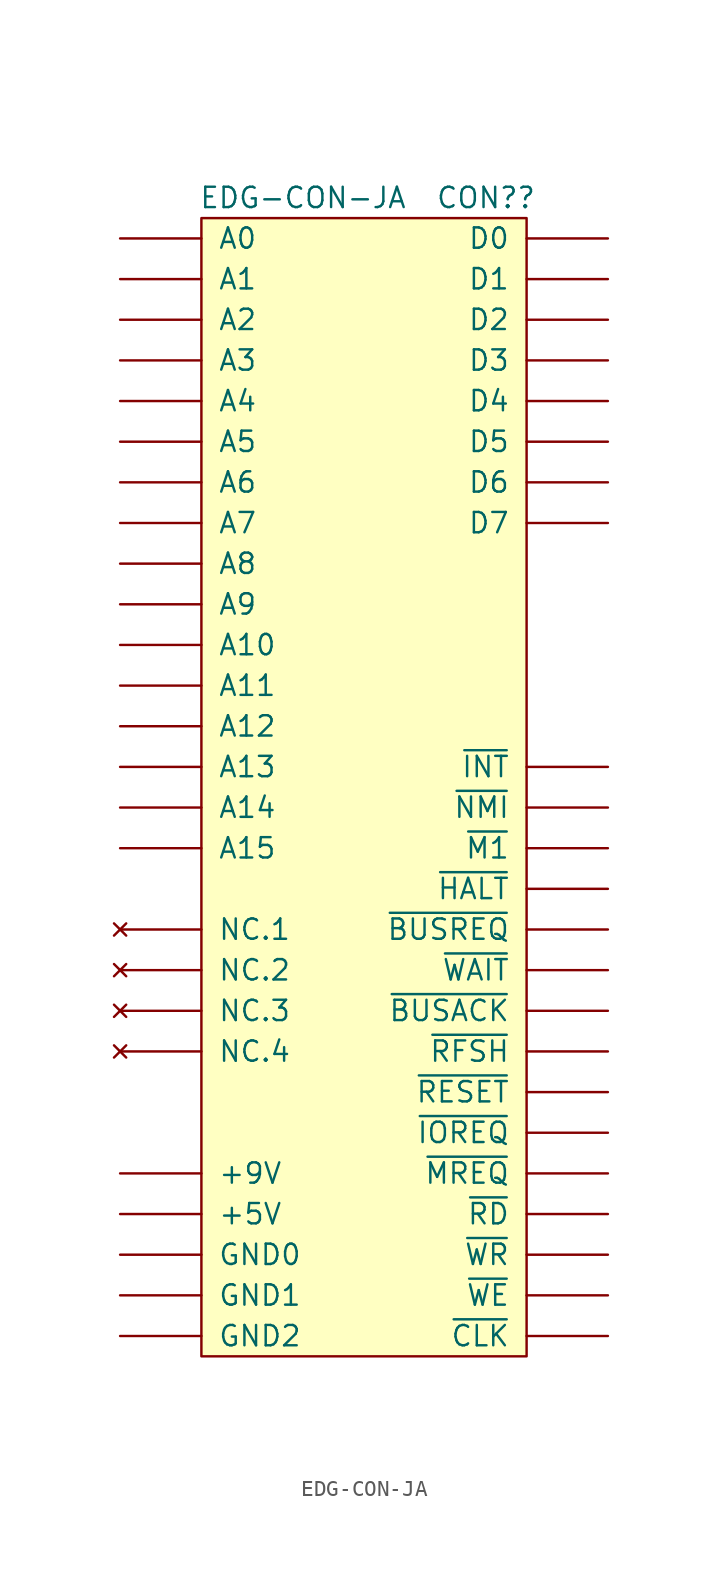
<source format=kicad_sym>
(kicad_symbol_lib
  (version 20211014)
  (generator kicad_symbol_editor)
  (symbol "EDG-CON-JA"
    (pin_names
      (offset 1.016))
    (property "Reference" "CON?"
      (at 7.62 35.56 0)
      (effects (font (size 1.27 1.27))))
    (property "Value" "EDG-CON-JA"
      (at -3.81 35.56 0)
      (effects (font (size 1.27 1.27))))
    (symbol "EDG-CON-JA_0_0"
      (pin power_in line (at -15.24 -30.48 0) (length 5.08) (name "GND0" (effects (font (size 1.27 1.27)))) (number "GND0" (effects (font (size 0 0))))))
    (symbol "EDG-CON-JA_1_0"
      (rectangle (start -10.16 34.29) (end 10.16 -36.83) (stroke (width 0) (type default) (color 0 0 0 0)) (fill (type background)))
      (pin power_in line (at -15.24 -27.94 0) (length 5.08) (name "+5V" (effects (font (size 1.27 1.27)))) (number "+5V" (effects (font (size 0 0)))))
      (pin power_in line (at -15.24 -25.4 0) (length 5.08) (name "+9V" (effects (font (size 1.27 1.27)))) (number "+9V" (effects (font (size 0 0)))))
      (pin bidirectional line (at -15.24 33.02 0) (length 5.08) (name "A0" (effects (font (size 1.27 1.27)))) (number "A0" (effects (font (size 0 0)))))
      (pin bidirectional line (at -15.24 30.48 0) (length 5.08) (name "A1" (effects (font (size 1.27 1.27)))) (number "A1" (effects (font (size 0 0)))))
      (pin bidirectional line (at -15.24 7.62 0) (length 5.08) (name "A10" (effects (font (size 1.27 1.27)))) (number "A10" (effects (font (size 0 0)))))
      (pin bidirectional line (at -15.24 5.08 0) (length 5.08) (name "A11" (effects (font (size 1.27 1.27)))) (number "A11" (effects (font (size 0 0)))))
      (pin bidirectional line (at -15.24 2.54 0) (length 5.08) (name "A12" (effects (font (size 1.27 1.27)))) (number "A12" (effects (font (size 0 0)))))
      (pin bidirectional line (at -15.24 0 0) (length 5.08) (name "A13" (effects (font (size 1.27 1.27)))) (number "A13" (effects (font (size 0 0)))))
      (pin bidirectional line (at -15.24 -2.54 0) (length 5.08) (name "A14" (effects (font (size 1.27 1.27)))) (number "A14" (effects (font (size 0 0)))))
      (pin bidirectional line (at -15.24 -5.08 0) (length 5.08) (name "A15" (effects (font (size 1.27 1.27)))) (number "A15" (effects (font (size 0 0)))))
      (pin bidirectional line (at -15.24 27.94 0) (length 5.08) (name "A2" (effects (font (size 1.27 1.27)))) (number "A2" (effects (font (size 0 0)))))
      (pin bidirectional line (at -15.24 25.4 0) (length 5.08) (name "A3" (effects (font (size 1.27 1.27)))) (number "A3" (effects (font (size 0 0)))))
      (pin bidirectional line (at -15.24 22.86 0) (length 5.08) (name "A4" (effects (font (size 1.27 1.27)))) (number "A4" (effects (font (size 0 0)))))
      (pin bidirectional line (at -15.24 20.32 0) (length 5.08) (name "A5" (effects (font (size 1.27 1.27)))) (number "A5" (effects (font (size 0 0)))))
      (pin bidirectional line (at -15.24 17.78 0) (length 5.08) (name "A6" (effects (font (size 1.27 1.27)))) (number "A6" (effects (font (size 0 0)))))
      (pin bidirectional line (at -15.24 15.24 0) (length 5.08) (name "A7" (effects (font (size 1.27 1.27)))) (number "A7" (effects (font (size 0 0)))))
      (pin bidirectional line (at -15.24 12.7 0) (length 5.08) (name "A8" (effects (font (size 1.27 1.27)))) (number "A8" (effects (font (size 0 0)))))
      (pin bidirectional line (at -15.24 10.16 0) (length 5.08) (name "A9" (effects (font (size 1.27 1.27)))) (number "A9" (effects (font (size 0 0)))))
      (pin bidirectional line (at 15.24 33.02 180) (length 5.08) (name "D0" (effects (font (size 1.27 1.27)))) (number "D0" (effects (font (size 0 0)))))
      (pin bidirectional line (at 15.24 30.48 180) (length 5.08) (name "D1" (effects (font (size 1.27 1.27)))) (number "D1" (effects (font (size 0 0)))))
      (pin bidirectional line (at 15.24 27.94 180) (length 5.08) (name "D2" (effects (font (size 1.27 1.27)))) (number "D2" (effects (font (size 0 0)))))
      (pin bidirectional line (at 15.24 25.4 180) (length 5.08) (name "D3" (effects (font (size 1.27 1.27)))) (number "D3" (effects (font (size 0 0)))))
      (pin bidirectional line (at 15.24 22.86 180) (length 5.08) (name "D4" (effects (font (size 1.27 1.27)))) (number "D4" (effects (font (size 0 0)))))
      (pin bidirectional line (at 15.24 20.32 180) (length 5.08) (name "D5" (effects (font (size 1.27 1.27)))) (number "D5" (effects (font (size 0 0)))))
      (pin bidirectional line (at 15.24 17.78 180) (length 5.08) (name "D6" (effects (font (size 1.27 1.27)))) (number "D6" (effects (font (size 0 0)))))
      (pin bidirectional line (at 15.24 15.24 180) (length 5.08) (name "D7" (effects (font (size 1.27 1.27)))) (number "D7" (effects (font (size 0 0)))))
      (pin power_in line (at -15.24 -33.02 0) (length 5.08) (name "GND1" (effects (font (size 1.27 1.27)))) (number "GND1" (effects (font (size 0 0)))))
      (pin power_in line (at -15.24 -35.56 0) (length 5.08) (name "GND2" (effects (font (size 1.27 1.27)))) (number "GND2" (effects (font (size 0 0)))))
      (pin no_connect line (at -15.24 -10.16 0) (length 5.08) (name "NC.1" (effects (font (size 1.27 1.27)))) (number "N.C.1" (effects (font (size 0 0)))))
      (pin no_connect line (at -15.24 -12.7 0) (length 5.08) (name "NC.2" (effects (font (size 1.27 1.27)))) (number "N.C.2" (effects (font (size 0 0)))))
      (pin no_connect line (at -15.24 -15.24 0) (length 5.08) (name "NC.3" (effects (font (size 1.27 1.27)))) (number "N.C.3" (effects (font (size 0 0)))))
      (pin no_connect line (at -15.24 -17.78 0) (length 5.08) (name "NC.4" (effects (font (size 1.27 1.27)))) (number "N.C.4" (effects (font (size 0 0)))))
      (pin bidirectional line (at 15.24 -15.24 180) (length 5.08) (name "~{BUSACK}" (effects (font (size 1.27 1.27)))) (number "~{BUSACK}" (effects (font (size 0 0)))))
      (pin bidirectional line (at 15.24 -10.16 180) (length 5.08) (name "~{BUSREQ}" (effects (font (size 1.27 1.27)))) (number "~{BUSREQ}" (effects (font (size 0 0)))))
      (pin bidirectional line (at 15.24 -35.56 180) (length 5.08) (name "~{CLK}" (effects (font (size 1.27 1.27)))) (number "~{CLK}" (effects (font (size 0 0)))))
      (pin bidirectional line (at 15.24 -7.62 180) (length 5.08) (name "~{HALT}" (effects (font (size 1.27 1.27)))) (number "~{HALT}" (effects (font (size 0 0)))))
      (pin bidirectional line (at 15.24 0 180) (length 5.08) (name "~{INT}" (effects (font (size 1.27 1.27)))) (number "~{INT}" (effects (font (size 0 0)))))
      (pin bidirectional line (at 15.24 -22.86 180) (length 5.08) (name "~{IOREQ}" (effects (font (size 1.27 1.27)))) (number "~{IOREQ}" (effects (font (size 0 0)))))
      (pin bidirectional line (at 15.24 -5.08 180) (length 5.08) (name "~{M1}" (effects (font (size 1.27 1.27)))) (number "~{M1}" (effects (font (size 0 0)))))
      (pin bidirectional line (at 15.24 -25.4 180) (length 5.08) (name "~{MREQ}" (effects (font (size 1.27 1.27)))) (number "~{MREQ}" (effects (font (size 0 0)))))
      (pin passive line (at 15.24 -2.54 180) (length 5.08) (name "~{NMI}" (effects (font (size 1.27 1.27)))) (number "~{NMI}" (effects (font (size 0 0)))))
      (pin bidirectional line (at 15.24 -27.94 180) (length 5.08) (name "~{RD}" (effects (font (size 1.27 1.27)))) (number "~{RD}" (effects (font (size 0 0)))))
      (pin bidirectional line (at 15.24 -20.32 180) (length 5.08) (name "~{RESET}" (effects (font (size 1.27 1.27)))) (number "~{RESET}" (effects (font (size 0 0)))))
      (pin bidirectional line (at 15.24 -17.78 180) (length 5.08) (name "~{RFSH}" (effects (font (size 1.27 1.27)))) (number "~{RFSH}" (effects (font (size 0 0)))))
      (pin bidirectional line (at 15.24 -12.7 180) (length 5.08) (name "~{WAIT}" (effects (font (size 1.27 1.27)))) (number "~{WAIT}" (effects (font (size 0 0)))))
      (pin bidirectional line (at 15.24 -33.02 180) (length 5.08) (name "~{WE}" (effects (font (size 1.27 1.27)))) (number "~{WE}" (effects (font (size 0 0)))))
      (pin bidirectional line (at 15.24 -30.48 180) (length 5.08) (name "~{WR}" (effects (font (size 1.27 1.27)))) (number "~{WR}" (effects (font (size 0 0))))))))
</source>
